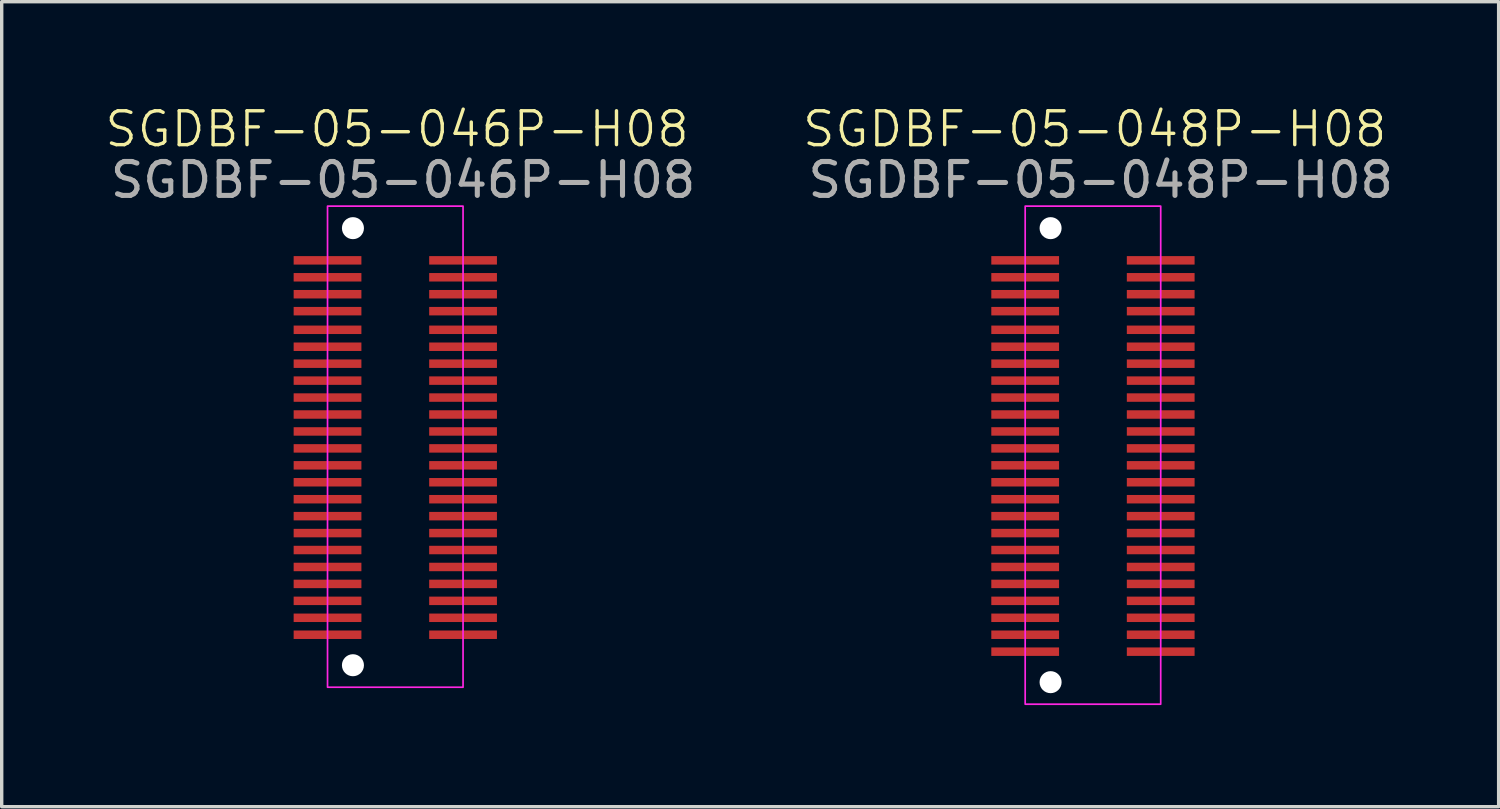
<source format=kicad_pcb>
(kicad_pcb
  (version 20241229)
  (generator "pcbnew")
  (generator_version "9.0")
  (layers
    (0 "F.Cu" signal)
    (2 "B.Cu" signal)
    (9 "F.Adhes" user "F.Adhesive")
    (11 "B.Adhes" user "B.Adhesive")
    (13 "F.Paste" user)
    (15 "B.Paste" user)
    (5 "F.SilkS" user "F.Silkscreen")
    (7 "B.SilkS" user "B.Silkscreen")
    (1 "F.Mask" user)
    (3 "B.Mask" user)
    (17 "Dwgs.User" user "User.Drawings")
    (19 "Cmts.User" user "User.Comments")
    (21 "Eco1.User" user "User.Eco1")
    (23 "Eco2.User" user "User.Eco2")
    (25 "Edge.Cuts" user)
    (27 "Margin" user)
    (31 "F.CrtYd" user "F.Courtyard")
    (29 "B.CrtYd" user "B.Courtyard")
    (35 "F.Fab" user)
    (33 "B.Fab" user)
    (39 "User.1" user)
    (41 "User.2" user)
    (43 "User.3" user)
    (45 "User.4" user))
  (footprint "SGDBF-05-048P-H08"
    (layer "F.Cu")
    (at 27.208 3.034)
    (property "Reference" "SGDBF-05-048P-H08" (at 2.052 -2.273 0) (unlocked yes) (layer "F.SilkS") (effects (font (size 1 1) (thickness 0.1))))
    (attr smd)
    (fp_rect (start 0 0) (end 4 14.7) (stroke (width 0.05) (type default)) (fill no) (layer "F.CrtYd"))
    (fp_text user "${REFERENCE}" (at 2.23 -0.772 0) (unlocked yes) (layer "F.Fab") (effects (font (size 1 1) (thickness 0.15))))
    (pad "" np_thru_hole circle (at 0.75 0.65) (size 0.65 0.65) (drill 0.65) (layers "*.Cu" "*.Mask"))
    (pad "" np_thru_hole circle (at 0.75 14.05) (size 0.65 0.65) (drill 0.65) (layers "*.Cu" "*.Mask"))
    (pad "1" smd rect (at 0 1.6 90) (size 0.25 2) (layers "F.Cu" "F.Mask" "F.Paste"))
    (pad "2" smd rect (at 4 1.6 90) (size 0.25 2) (layers "F.Cu" "F.Mask" "F.Paste"))
    (pad "3" smd rect (at 0 2.1 90) (size 0.25 2) (layers "F.Cu" "F.Mask" "F.Paste"))
    (pad "4" smd rect (at 4 2.1 90) (size 0.25 2) (layers "F.Cu" "F.Mask" "F.Paste"))
    (pad "5" smd rect (at 0 2.6 90) (size 0.25 2) (layers "F.Cu" "F.Mask" "F.Paste"))
    (pad "6" smd rect (at 4 2.6 90) (size 0.25 2) (layers "F.Cu" "F.Mask" "F.Paste"))
    (pad "7" smd rect (at 0 3.1 90) (size 0.25 2) (layers "F.Cu" "F.Mask" "F.Paste"))
    (pad "8" smd rect (at 4 3.1 90) (size 0.25 2) (layers "F.Cu" "F.Mask" "F.Paste"))
    (pad "9" smd rect (at 0 3.65 90) (size 0.25 2) (layers "F.Cu" "F.Mask" "F.Paste"))
    (pad "10" smd rect (at 4 3.65 90) (size 0.25 2) (layers "F.Cu" "F.Mask" "F.Paste"))
    (pad "11" smd rect (at 0 4.15 90) (size 0.25 2) (layers "F.Cu" "F.Mask" "F.Paste"))
    (pad "12" smd rect (at 4 4.15 90) (size 0.25 2) (layers "F.Cu" "F.Mask" "F.Paste"))
    (pad "13" smd rect (at 0 4.65 90) (size 0.25 2) (layers "F.Cu" "F.Mask" "F.Paste"))
    (pad "14" smd rect (at 4 4.65 90) (size 0.25 2) (layers "F.Cu" "F.Mask" "F.Paste"))
    (pad "15" smd rect (at 0 5.15 90) (size 0.25 2) (layers "F.Cu" "F.Mask" "F.Paste"))
    (pad "16" smd rect (at 4 5.15 90) (size 0.25 2) (layers "F.Cu" "F.Mask" "F.Paste"))
    (pad "17" smd rect (at 0 5.65 90) (size 0.25 2) (layers "F.Cu" "F.Mask" "F.Paste"))
    (pad "18" smd rect (at 4 5.65 90) (size 0.25 2) (layers "F.Cu" "F.Mask" "F.Paste"))
    (pad "19" smd rect (at 0 6.15 90) (size 0.25 2) (layers "F.Cu" "F.Mask" "F.Paste"))
    (pad "20" smd rect (at 4 6.15 90) (size 0.25 2) (layers "F.Cu" "F.Mask" "F.Paste"))
    (pad "21" smd rect (at 0 6.65 90) (size 0.25 2) (layers "F.Cu" "F.Mask" "F.Paste"))
    (pad "22" smd rect (at 4 6.65 90) (size 0.25 2) (layers "F.Cu" "F.Mask" "F.Paste"))
    (pad "23" smd rect (at 0 7.15 90) (size 0.25 2) (layers "F.Cu" "F.Mask" "F.Paste"))
    (pad "24" smd rect (at 4 7.15 90) (size 0.25 2) (layers "F.Cu" "F.Mask" "F.Paste"))
    (pad "25" smd rect (at 0 7.65 90) (size 0.25 2) (layers "F.Cu" "F.Mask" "F.Paste"))
    (pad "26" smd rect (at 4 7.65 90) (size 0.25 2) (layers "F.Cu" "F.Mask" "F.Paste"))
    (pad "27" smd rect (at 0 8.15 90) (size 0.25 2) (layers "F.Cu" "F.Mask" "F.Paste"))
    (pad "28" smd rect (at 4 8.15 90) (size 0.25 2) (layers "F.Cu" "F.Mask" "F.Paste"))
    (pad "29" smd rect (at 0 8.65 90) (size 0.25 2) (layers "F.Cu" "F.Mask" "F.Paste"))
    (pad "30" smd rect (at 4 8.65 90) (size 0.25 2) (layers "F.Cu" "F.Mask" "F.Paste"))
    (pad "31" smd rect (at 0 9.15 90) (size 0.25 2) (layers "F.Cu" "F.Mask" "F.Paste"))
    (pad "32" smd rect (at 4 9.15 90) (size 0.25 2) (layers "F.Cu" "F.Mask" "F.Paste"))
    (pad "33" smd rect (at 0 9.65 90) (size 0.25 2) (layers "F.Cu" "F.Mask" "F.Paste"))
    (pad "34" smd rect (at 4 9.65 90) (size 0.25 2) (layers "F.Cu" "F.Mask" "F.Paste"))
    (pad "35" smd rect (at 0 10.15 90) (size 0.25 2) (layers "F.Cu" "F.Mask" "F.Paste"))
    (pad "36" smd rect (at 4 10.15 90) (size 0.25 2) (layers "F.Cu" "F.Mask" "F.Paste"))
    (pad "37" smd rect (at 0 10.65 90) (size 0.25 2) (layers "F.Cu" "F.Mask" "F.Paste"))
    (pad "38" smd rect (at 4 10.65 90) (size 0.25 2) (layers "F.Cu" "F.Mask" "F.Paste"))
    (pad "39" smd rect (at 0 11.15 90) (size 0.25 2) (layers "F.Cu" "F.Mask" "F.Paste"))
    (pad "40" smd rect (at 4 11.15 90) (size 0.25 2) (layers "F.Cu" "F.Mask" "F.Paste"))
    (pad "41" smd rect (at 0 11.65 90) (size 0.25 2) (layers "F.Cu" "F.Mask" "F.Paste"))
    (pad "42" smd rect (at 4 11.65 90) (size 0.25 2) (layers "F.Cu" "F.Mask" "F.Paste"))
    (pad "43" smd rect (at 0 12.15 90) (size 0.25 2) (layers "F.Cu" "F.Mask" "F.Paste"))
    (pad "44" smd rect (at 4 12.15 90) (size 0.25 2) (layers "F.Cu" "F.Mask" "F.Paste"))
    (pad "45" smd rect (at 0 12.65 90) (size 0.25 2) (layers "F.Cu" "F.Mask" "F.Paste"))
    (pad "46" smd rect (at 4 12.65 90) (size 0.25 2) (layers "F.Cu" "F.Mask" "F.Paste"))
    (pad "47" smd rect (at 0 13.15 90) (size 0.25 2) (layers "F.Cu" "F.Mask" "F.Paste"))
    (pad "48" smd rect (at 4 13.15 90) (size 0.25 2) (layers "F.Cu" "F.Mask" "F.Paste")))
  (footprint "SGDBF-05-046P-H08"
    (layer "F.Cu")
    (at 6.617 4.634)
    (property "Reference" "SGDBF-05-046P-H08" (at 2.052 -3.873 0) (unlocked yes) (layer "F.SilkS") (effects (font (size 1 1) (thickness 0.1))))
    (attr smd)
    (fp_rect (start 0 -1.6) (end 4 12.6) (stroke (width 0.05) (type default)) (fill no) (layer "F.CrtYd"))
    (fp_text user "${REFERENCE}" (at 2.23 -2.372 0) (unlocked yes) (layer "F.Fab") (effects (font (size 1 1) (thickness 0.15))))
    (pad "" np_thru_hole circle (at 0.75 -0.95) (size 0.65 0.65) (drill 0.65) (layers "*.Cu" "*.Mask"))
    (pad "" np_thru_hole circle (at 0.75 11.95) (size 0.65 0.65) (drill 0.65) (layers "*.Cu" "*.Mask"))
    (pad "1" smd rect (at 0 0 90) (size 0.25 2) (layers "F.Cu" "F.Mask" "F.Paste"))
    (pad "2" smd rect (at 4 0 90) (size 0.25 2) (layers "F.Cu" "F.Mask" "F.Paste"))
    (pad "3" smd rect (at 0 0.5 90) (size 0.25 2) (layers "F.Cu" "F.Mask" "F.Paste"))
    (pad "4" smd rect (at 4 0.5 90) (size 0.25 2) (layers "F.Cu" "F.Mask" "F.Paste"))
    (pad "5" smd rect (at 0 1 90) (size 0.25 2) (layers "F.Cu" "F.Mask" "F.Paste"))
    (pad "6" smd rect (at 4 1 90) (size 0.25 2) (layers "F.Cu" "F.Mask" "F.Paste"))
    (pad "7" smd rect (at 0 1.5 90) (size 0.25 2) (layers "F.Cu" "F.Mask" "F.Paste"))
    (pad "8" smd rect (at 4 1.5 90) (size 0.25 2) (layers "F.Cu" "F.Mask" "F.Paste"))
    (pad "9" smd rect (at 0 2.05 90) (size 0.25 2) (layers "F.Cu" "F.Mask" "F.Paste"))
    (pad "10" smd rect (at 4 2.05 90) (size 0.25 2) (layers "F.Cu" "F.Mask" "F.Paste"))
    (pad "11" smd rect (at 0 2.55 90) (size 0.25 2) (layers "F.Cu" "F.Mask" "F.Paste"))
    (pad "12" smd rect (at 4 2.55 90) (size 0.25 2) (layers "F.Cu" "F.Mask" "F.Paste"))
    (pad "13" smd rect (at 0 3.05 90) (size 0.25 2) (layers "F.Cu" "F.Mask" "F.Paste"))
    (pad "14" smd rect (at 4 3.05 90) (size 0.25 2) (layers "F.Cu" "F.Mask" "F.Paste"))
    (pad "15" smd rect (at 0 3.55 90) (size 0.25 2) (layers "F.Cu" "F.Mask" "F.Paste"))
    (pad "16" smd rect (at 4 3.55 90) (size 0.25 2) (layers "F.Cu" "F.Mask" "F.Paste"))
    (pad "17" smd rect (at 0 4.05 90) (size 0.25 2) (layers "F.Cu" "F.Mask" "F.Paste"))
    (pad "18" smd rect (at 4 4.05 90) (size 0.25 2) (layers "F.Cu" "F.Mask" "F.Paste"))
    (pad "19" smd rect (at 0 4.55 90) (size 0.25 2) (layers "F.Cu" "F.Mask" "F.Paste"))
    (pad "20" smd rect (at 4 4.55 90) (size 0.25 2) (layers "F.Cu" "F.Mask" "F.Paste"))
    (pad "21" smd rect (at 0 5.05 90) (size 0.25 2) (layers "F.Cu" "F.Mask" "F.Paste"))
    (pad "22" smd rect (at 4 5.05 90) (size 0.25 2) (layers "F.Cu" "F.Mask" "F.Paste"))
    (pad "23" smd rect (at 0 5.55 90) (size 0.25 2) (layers "F.Cu" "F.Mask" "F.Paste"))
    (pad "24" smd rect (at 4 5.55 90) (size 0.25 2) (layers "F.Cu" "F.Mask" "F.Paste"))
    (pad "25" smd rect (at 0 6.05 90) (size 0.25 2) (layers "F.Cu" "F.Mask" "F.Paste"))
    (pad "26" smd rect (at 4 6.05 90) (size 0.25 2) (layers "F.Cu" "F.Mask" "F.Paste"))
    (pad "27" smd rect (at 0 6.55 90) (size 0.25 2) (layers "F.Cu" "F.Mask" "F.Paste"))
    (pad "28" smd rect (at 4 6.55 90) (size 0.25 2) (layers "F.Cu" "F.Mask" "F.Paste"))
    (pad "29" smd rect (at 0 7.05 90) (size 0.25 2) (layers "F.Cu" "F.Mask" "F.Paste"))
    (pad "30" smd rect (at 4 7.05 90) (size 0.25 2) (layers "F.Cu" "F.Mask" "F.Paste"))
    (pad "31" smd rect (at 0 7.55 90) (size 0.25 2) (layers "F.Cu" "F.Mask" "F.Paste"))
    (pad "32" smd rect (at 4 7.55 90) (size 0.25 2) (layers "F.Cu" "F.Mask" "F.Paste"))
    (pad "33" smd rect (at 0 8.05 90) (size 0.25 2) (layers "F.Cu" "F.Mask" "F.Paste"))
    (pad "34" smd rect (at 4 8.05 90) (size 0.25 2) (layers "F.Cu" "F.Mask" "F.Paste"))
    (pad "35" smd rect (at 0 8.55 90) (size 0.25 2) (layers "F.Cu" "F.Mask" "F.Paste"))
    (pad "36" smd rect (at 4 8.55 90) (size 0.25 2) (layers "F.Cu" "F.Mask" "F.Paste"))
    (pad "37" smd rect (at 0 9.05 90) (size 0.25 2) (layers "F.Cu" "F.Mask" "F.Paste"))
    (pad "38" smd rect (at 4 9.05 90) (size 0.25 2) (layers "F.Cu" "F.Mask" "F.Paste"))
    (pad "39" smd rect (at 0 9.55 90) (size 0.25 2) (layers "F.Cu" "F.Mask" "F.Paste"))
    (pad "40" smd rect (at 4 9.55 90) (size 0.25 2) (layers "F.Cu" "F.Mask" "F.Paste"))
    (pad "41" smd rect (at 0 10.05 90) (size 0.25 2) (layers "F.Cu" "F.Mask" "F.Paste"))
    (pad "42" smd rect (at 4 10.05 90) (size 0.25 2) (layers "F.Cu" "F.Mask" "F.Paste"))
    (pad "43" smd rect (at 0 10.55 90) (size 0.25 2) (layers "F.Cu" "F.Mask" "F.Paste"))
    (pad "44" smd rect (at 4 10.55 90) (size 0.25 2) (layers "F.Cu" "F.Mask" "F.Paste"))
    (pad "45" smd rect (at 0 11.05 90) (size 0.25 2) (layers "F.Cu" "F.Mask" "F.Paste"))
    (pad "46" smd rect (at 4 11.05 90) (size 0.25 2) (layers "F.Cu" "F.Mask" "F.Paste")))
  (gr_rect
    (start -3 -3)
    (end 41.182 20.759)
    (stroke (width 0.1) (type default))
    (fill no)
    (layer "Edge.Cuts")))
</source>
